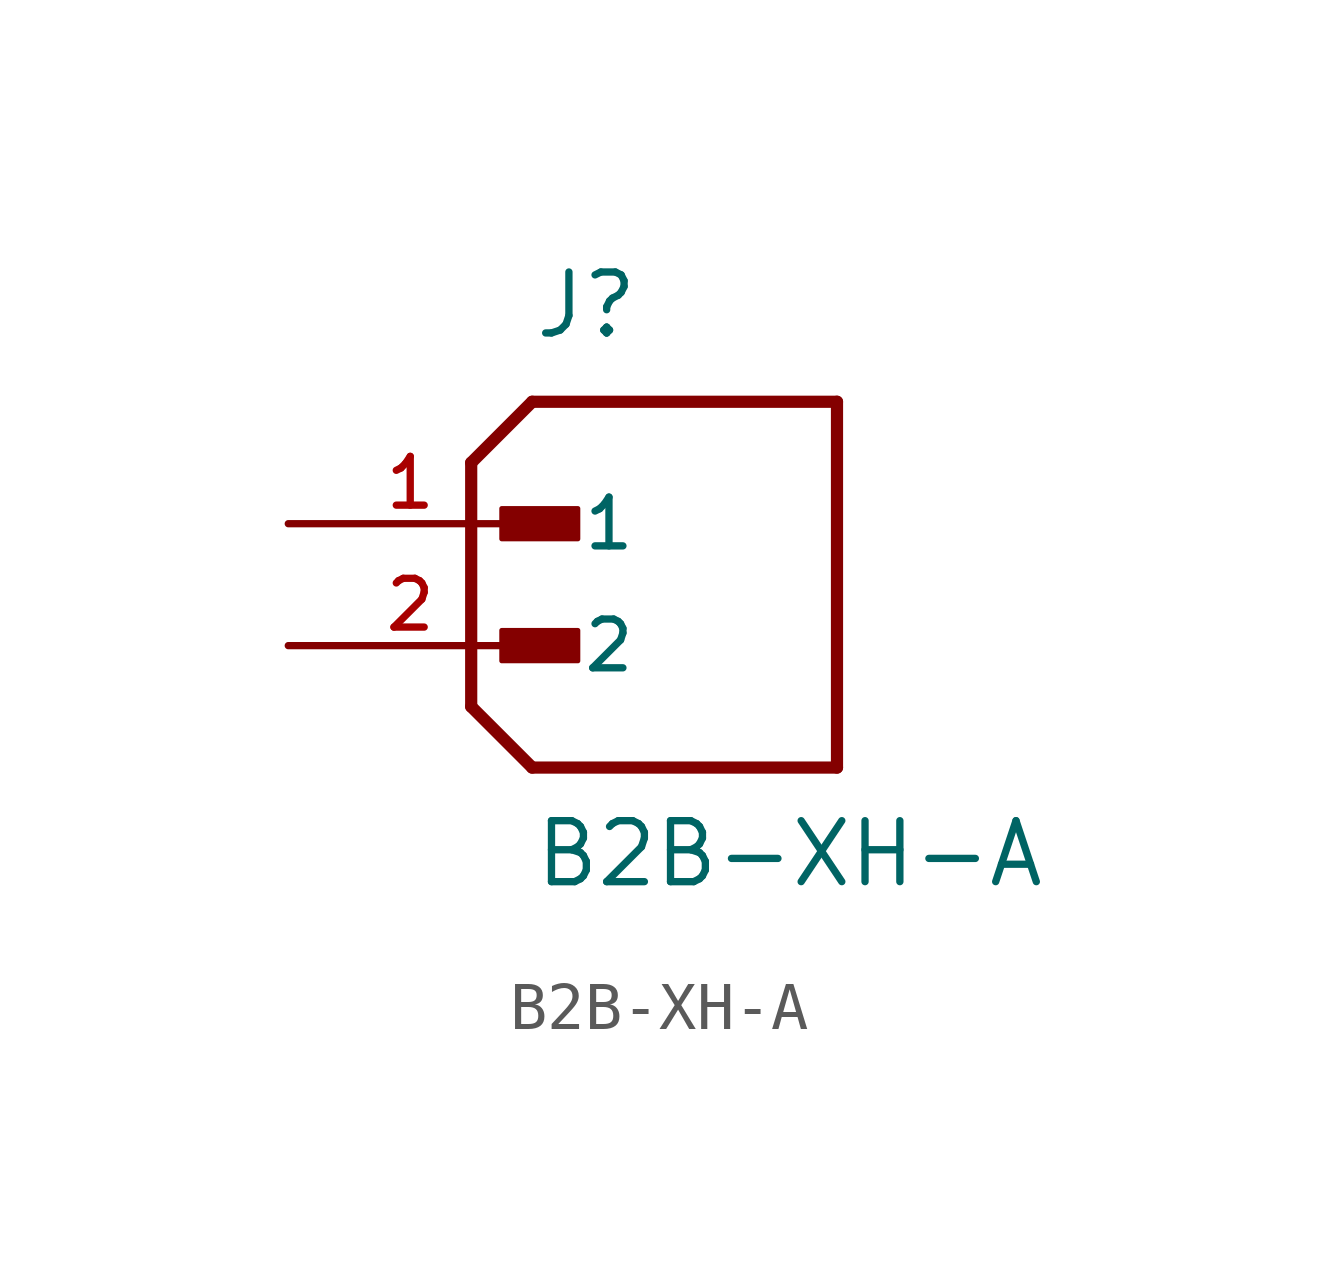
<source format=kicad_sym>
(kicad_symbol_lib
  (version 20241209)
  (generator "kicad_symbol_editor")
  (generator_version "9.0")
  (symbol "B2B-XH-A"
    (pin_names
      (offset 1.016))
    (property "Reference" "J"
      (at -2.54 6.35 0)
      (effects (font (size 1.27 1.27)) (justify left bottom)))
    (property "Value" "B2B-XH-A"
      (at -2.54 -5.08 0)
      (effects (font (size 1.27 1.27)) (justify left bottom)))
    (symbol "B2B-XH-A_0_0"
      (polyline (pts (xy -3.81 3.81) (xy -3.81 -1.27)) (stroke (width 0.254) (type default)) (fill (type none)))
      (polyline (pts (xy -3.81 3.81) (xy -2.54 5.08)) (stroke (width 0.254) (type default)) (fill (type none)))
      (polyline (pts (xy -3.81 -1.27) (xy -2.54 -2.54)) (stroke (width 0.254) (type default)) (fill (type none)))
      (rectangle (start -3.175 2.223) (end -1.587 2.857) (stroke (width 0.1) (type default)) (fill (type outline)))
      (rectangle (start -3.175 -0.318) (end -1.587 0.318) (stroke (width 0.1) (type default)) (fill (type outline)))
      (polyline (pts (xy -2.54 -2.54) (xy 3.81 -2.54)) (stroke (width 0.254) (type default)) (fill (type none)))
      (polyline (pts (xy 3.81 5.08) (xy -2.54 5.08)) (stroke (width 0.254) (type default)) (fill (type none)))
      (polyline (pts (xy 3.81 -2.54) (xy 3.81 5.08)) (stroke (width 0.254) (type default)) (fill (type none)))
      (pin passive line (at -7.62 2.54 0) (length 5.08) (name "1" (effects (font (size 1.016 1.016)))) (number "1" (effects (font (size 1.016 1.016)))))
      (pin passive line (at -7.62 0 0) (length 5.08) (name "2" (effects (font (size 1.016 1.016)))) (number "2" (effects (font (size 1.016 1.016))))))))
</source>
